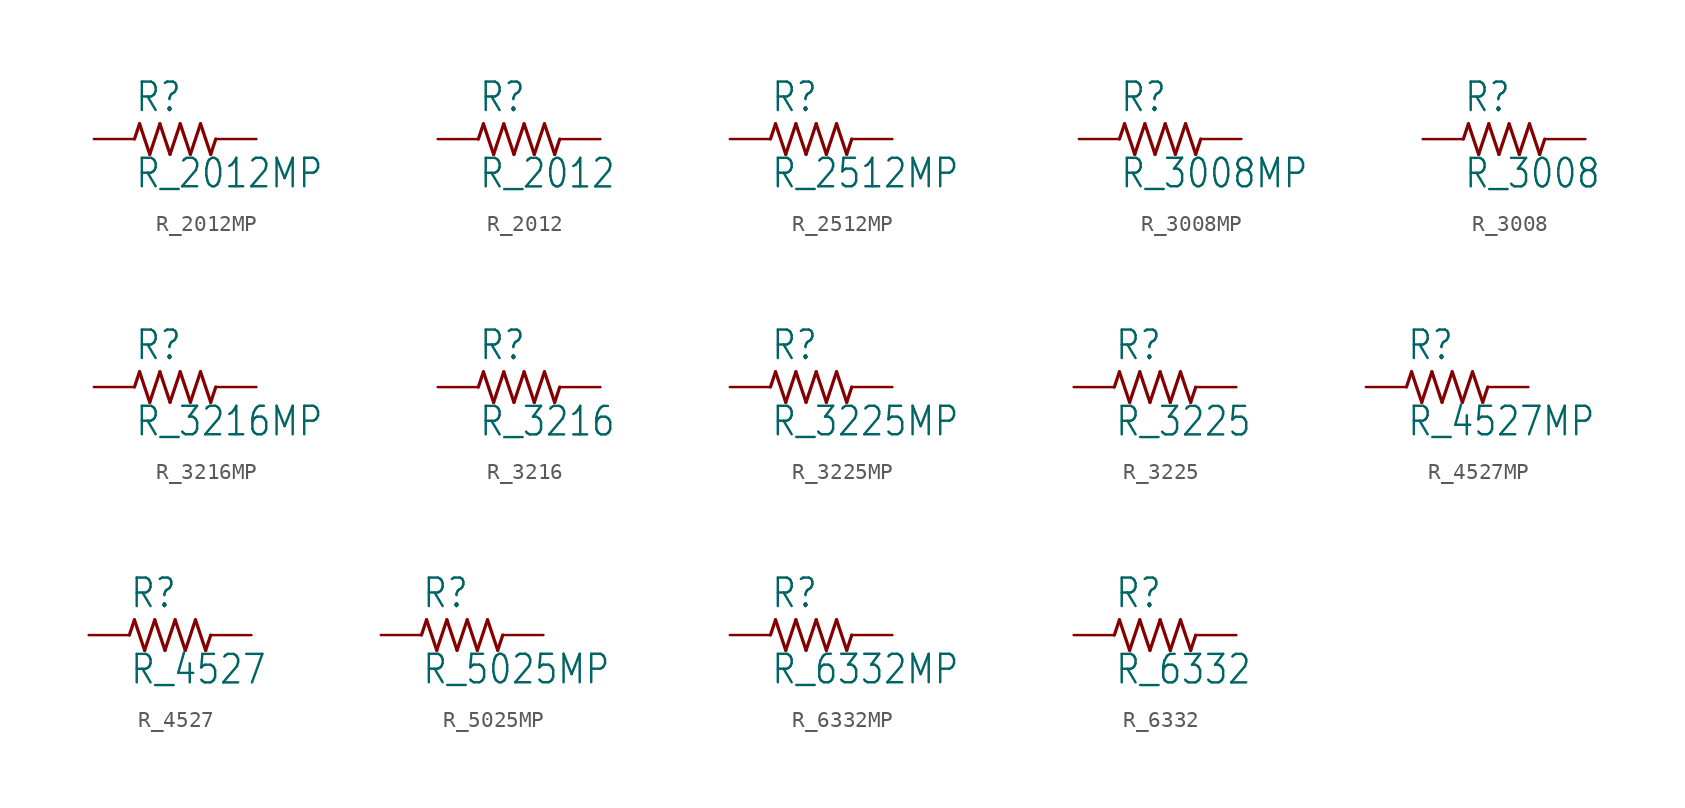
<source format=kicad_sym>
(kicad_symbol_lib
  (version 20211014)
  (generator kicad_symbol_editor)
  (symbol "R_2012MP"
    (property "Reference" "R"
      (at -2.54 1.587 0)
      (effects (font (size 1.778 1.511)) (justify left bottom)))
    (property "Value" "R_2012MP"
      (at -2.54 -3.175 0)
      (effects (font (size 1.778 1.511)) (justify left bottom)))
    (property "ki_locked" ""
      (at 0 0 0)
      (effects (font (size 1.27 1.27))))
    (symbol "R_2012MP_1_0"
      (polyline (pts (xy -2.54 0) (xy -2.223 0.953)) (stroke (width 0.203) (type default) (color 0 0 0 0)) (fill (type none)))
      (polyline (pts (xy -2.223 0.953) (xy -1.587 -0.953)) (stroke (width 0.203) (type default) (color 0 0 0 0)) (fill (type none)))
      (polyline (pts (xy -1.587 -0.953) (xy -0.953 0.953)) (stroke (width 0.203) (type default) (color 0 0 0 0)) (fill (type none)))
      (polyline (pts (xy -0.953 0.953) (xy -0.318 -0.953)) (stroke (width 0.203) (type default) (color 0 0 0 0)) (fill (type none)))
      (polyline (pts (xy -0.318 -0.953) (xy 0.318 0.953)) (stroke (width 0.203) (type default) (color 0 0 0 0)) (fill (type none)))
      (polyline (pts (xy 0.318 0.953) (xy 0.953 -0.953)) (stroke (width 0.203) (type default) (color 0 0 0 0)) (fill (type none)))
      (polyline (pts (xy 0.953 -0.953) (xy 1.587 0.953)) (stroke (width 0.203) (type default) (color 0 0 0 0)) (fill (type none)))
      (polyline (pts (xy 1.587 0.953) (xy 2.223 -0.953)) (stroke (width 0.203) (type default) (color 0 0 0 0)) (fill (type none)))
      (polyline (pts (xy 2.223 -0.953) (xy 2.54 0)) (stroke (width 0.203) (type default) (color 0 0 0 0)) (fill (type none)))
      (pin passive line (at -5.08 0 0) (length 2.54) (name "1" (effects (font (size 0 0)))) (number "1" (effects (font (size 0 0)))))
      (pin passive line (at 5.08 0 180) (length 2.54) (name "2" (effects (font (size 0 0)))) (number "2" (effects (font (size 0 0)))))))
  (symbol "R_2012"
    (property "Reference" "R"
      (at -2.54 1.587 0)
      (effects (font (size 1.778 1.511)) (justify left bottom)))
    (property "Value" "R_2012"
      (at -2.54 -3.175 0)
      (effects (font (size 1.778 1.511)) (justify left bottom)))
    (property "ki_locked" ""
      (at 0 0 0)
      (effects (font (size 1.27 1.27))))
    (symbol "R_2012_1_0"
      (polyline (pts (xy -2.54 0) (xy -2.223 0.953)) (stroke (width 0.203) (type default) (color 0 0 0 0)) (fill (type none)))
      (polyline (pts (xy -2.223 0.953) (xy -1.587 -0.953)) (stroke (width 0.203) (type default) (color 0 0 0 0)) (fill (type none)))
      (polyline (pts (xy -1.587 -0.953) (xy -0.953 0.953)) (stroke (width 0.203) (type default) (color 0 0 0 0)) (fill (type none)))
      (polyline (pts (xy -0.953 0.953) (xy -0.318 -0.953)) (stroke (width 0.203) (type default) (color 0 0 0 0)) (fill (type none)))
      (polyline (pts (xy -0.318 -0.953) (xy 0.318 0.953)) (stroke (width 0.203) (type default) (color 0 0 0 0)) (fill (type none)))
      (polyline (pts (xy 0.318 0.953) (xy 0.953 -0.953)) (stroke (width 0.203) (type default) (color 0 0 0 0)) (fill (type none)))
      (polyline (pts (xy 0.953 -0.953) (xy 1.587 0.953)) (stroke (width 0.203) (type default) (color 0 0 0 0)) (fill (type none)))
      (polyline (pts (xy 1.587 0.953) (xy 2.223 -0.953)) (stroke (width 0.203) (type default) (color 0 0 0 0)) (fill (type none)))
      (polyline (pts (xy 2.223 -0.953) (xy 2.54 0)) (stroke (width 0.203) (type default) (color 0 0 0 0)) (fill (type none)))
      (pin passive line (at -5.08 0 0) (length 2.54) (name "1" (effects (font (size 0 0)))) (number "1" (effects (font (size 0 0)))))
      (pin passive line (at 5.08 0 180) (length 2.54) (name "2" (effects (font (size 0 0)))) (number "2" (effects (font (size 0 0)))))))
  (symbol "R_2512MP"
    (property "Reference" "R"
      (at -2.54 1.587 0)
      (effects (font (size 1.778 1.511)) (justify left bottom)))
    (property "Value" "R_2512MP"
      (at -2.54 -3.175 0)
      (effects (font (size 1.778 1.511)) (justify left bottom)))
    (property "ki_locked" ""
      (at 0 0 0)
      (effects (font (size 1.27 1.27))))
    (symbol "R_2512MP_1_0"
      (polyline (pts (xy -2.54 0) (xy -2.223 0.953)) (stroke (width 0.203) (type default) (color 0 0 0 0)) (fill (type none)))
      (polyline (pts (xy -2.223 0.953) (xy -1.587 -0.953)) (stroke (width 0.203) (type default) (color 0 0 0 0)) (fill (type none)))
      (polyline (pts (xy -1.587 -0.953) (xy -0.953 0.953)) (stroke (width 0.203) (type default) (color 0 0 0 0)) (fill (type none)))
      (polyline (pts (xy -0.953 0.953) (xy -0.318 -0.953)) (stroke (width 0.203) (type default) (color 0 0 0 0)) (fill (type none)))
      (polyline (pts (xy -0.318 -0.953) (xy 0.318 0.953)) (stroke (width 0.203) (type default) (color 0 0 0 0)) (fill (type none)))
      (polyline (pts (xy 0.318 0.953) (xy 0.953 -0.953)) (stroke (width 0.203) (type default) (color 0 0 0 0)) (fill (type none)))
      (polyline (pts (xy 0.953 -0.953) (xy 1.587 0.953)) (stroke (width 0.203) (type default) (color 0 0 0 0)) (fill (type none)))
      (polyline (pts (xy 1.587 0.953) (xy 2.223 -0.953)) (stroke (width 0.203) (type default) (color 0 0 0 0)) (fill (type none)))
      (polyline (pts (xy 2.223 -0.953) (xy 2.54 0)) (stroke (width 0.203) (type default) (color 0 0 0 0)) (fill (type none)))
      (pin passive line (at -5.08 0 0) (length 2.54) (name "1" (effects (font (size 0 0)))) (number "1" (effects (font (size 0 0)))))
      (pin passive line (at 5.08 0 180) (length 2.54) (name "2" (effects (font (size 0 0)))) (number "2" (effects (font (size 0 0)))))))
  (symbol "R_3008MP"
    (property "Reference" "R"
      (at -2.54 1.587 0)
      (effects (font (size 1.778 1.511)) (justify left bottom)))
    (property "Value" "R_3008MP"
      (at -2.54 -3.175 0)
      (effects (font (size 1.778 1.511)) (justify left bottom)))
    (property "ki_locked" ""
      (at 0 0 0)
      (effects (font (size 1.27 1.27))))
    (symbol "R_3008MP_1_0"
      (polyline (pts (xy -2.54 0) (xy -2.223 0.953)) (stroke (width 0.203) (type default) (color 0 0 0 0)) (fill (type none)))
      (polyline (pts (xy -2.223 0.953) (xy -1.587 -0.953)) (stroke (width 0.203) (type default) (color 0 0 0 0)) (fill (type none)))
      (polyline (pts (xy -1.587 -0.953) (xy -0.953 0.953)) (stroke (width 0.203) (type default) (color 0 0 0 0)) (fill (type none)))
      (polyline (pts (xy -0.953 0.953) (xy -0.318 -0.953)) (stroke (width 0.203) (type default) (color 0 0 0 0)) (fill (type none)))
      (polyline (pts (xy -0.318 -0.953) (xy 0.318 0.953)) (stroke (width 0.203) (type default) (color 0 0 0 0)) (fill (type none)))
      (polyline (pts (xy 0.318 0.953) (xy 0.953 -0.953)) (stroke (width 0.203) (type default) (color 0 0 0 0)) (fill (type none)))
      (polyline (pts (xy 0.953 -0.953) (xy 1.587 0.953)) (stroke (width 0.203) (type default) (color 0 0 0 0)) (fill (type none)))
      (polyline (pts (xy 1.587 0.953) (xy 2.223 -0.953)) (stroke (width 0.203) (type default) (color 0 0 0 0)) (fill (type none)))
      (polyline (pts (xy 2.223 -0.953) (xy 2.54 0)) (stroke (width 0.203) (type default) (color 0 0 0 0)) (fill (type none)))
      (pin passive line (at -5.08 0 0) (length 2.54) (name "1" (effects (font (size 0 0)))) (number "1" (effects (font (size 0 0)))))
      (pin passive line (at 5.08 0 180) (length 2.54) (name "2" (effects (font (size 0 0)))) (number "2" (effects (font (size 0 0)))))))
  (symbol "R_3008"
    (property "Reference" "R"
      (at -2.54 1.587 0)
      (effects (font (size 1.778 1.511)) (justify left bottom)))
    (property "Value" "R_3008"
      (at -2.54 -3.175 0)
      (effects (font (size 1.778 1.511)) (justify left bottom)))
    (property "ki_locked" ""
      (at 0 0 0)
      (effects (font (size 1.27 1.27))))
    (symbol "R_3008_1_0"
      (polyline (pts (xy -2.54 0) (xy -2.223 0.953)) (stroke (width 0.203) (type default) (color 0 0 0 0)) (fill (type none)))
      (polyline (pts (xy -2.223 0.953) (xy -1.587 -0.953)) (stroke (width 0.203) (type default) (color 0 0 0 0)) (fill (type none)))
      (polyline (pts (xy -1.587 -0.953) (xy -0.953 0.953)) (stroke (width 0.203) (type default) (color 0 0 0 0)) (fill (type none)))
      (polyline (pts (xy -0.953 0.953) (xy -0.318 -0.953)) (stroke (width 0.203) (type default) (color 0 0 0 0)) (fill (type none)))
      (polyline (pts (xy -0.318 -0.953) (xy 0.318 0.953)) (stroke (width 0.203) (type default) (color 0 0 0 0)) (fill (type none)))
      (polyline (pts (xy 0.318 0.953) (xy 0.953 -0.953)) (stroke (width 0.203) (type default) (color 0 0 0 0)) (fill (type none)))
      (polyline (pts (xy 0.953 -0.953) (xy 1.587 0.953)) (stroke (width 0.203) (type default) (color 0 0 0 0)) (fill (type none)))
      (polyline (pts (xy 1.587 0.953) (xy 2.223 -0.953)) (stroke (width 0.203) (type default) (color 0 0 0 0)) (fill (type none)))
      (polyline (pts (xy 2.223 -0.953) (xy 2.54 0)) (stroke (width 0.203) (type default) (color 0 0 0 0)) (fill (type none)))
      (pin passive line (at -5.08 0 0) (length 2.54) (name "1" (effects (font (size 0 0)))) (number "1" (effects (font (size 0 0)))))
      (pin passive line (at 5.08 0 180) (length 2.54) (name "2" (effects (font (size 0 0)))) (number "2" (effects (font (size 0 0)))))))
  (symbol "R_3216MP"
    (property "Reference" "R"
      (at -2.54 1.587 0)
      (effects (font (size 1.778 1.511)) (justify left bottom)))
    (property "Value" "R_3216MP"
      (at -2.54 -3.175 0)
      (effects (font (size 1.778 1.511)) (justify left bottom)))
    (property "ki_locked" ""
      (at 0 0 0)
      (effects (font (size 1.27 1.27))))
    (symbol "R_3216MP_1_0"
      (polyline (pts (xy -2.54 0) (xy -2.223 0.953)) (stroke (width 0.203) (type default) (color 0 0 0 0)) (fill (type none)))
      (polyline (pts (xy -2.223 0.953) (xy -1.587 -0.953)) (stroke (width 0.203) (type default) (color 0 0 0 0)) (fill (type none)))
      (polyline (pts (xy -1.587 -0.953) (xy -0.953 0.953)) (stroke (width 0.203) (type default) (color 0 0 0 0)) (fill (type none)))
      (polyline (pts (xy -0.953 0.953) (xy -0.318 -0.953)) (stroke (width 0.203) (type default) (color 0 0 0 0)) (fill (type none)))
      (polyline (pts (xy -0.318 -0.953) (xy 0.318 0.953)) (stroke (width 0.203) (type default) (color 0 0 0 0)) (fill (type none)))
      (polyline (pts (xy 0.318 0.953) (xy 0.953 -0.953)) (stroke (width 0.203) (type default) (color 0 0 0 0)) (fill (type none)))
      (polyline (pts (xy 0.953 -0.953) (xy 1.587 0.953)) (stroke (width 0.203) (type default) (color 0 0 0 0)) (fill (type none)))
      (polyline (pts (xy 1.587 0.953) (xy 2.223 -0.953)) (stroke (width 0.203) (type default) (color 0 0 0 0)) (fill (type none)))
      (polyline (pts (xy 2.223 -0.953) (xy 2.54 0)) (stroke (width 0.203) (type default) (color 0 0 0 0)) (fill (type none)))
      (pin passive line (at -5.08 0 0) (length 2.54) (name "1" (effects (font (size 0 0)))) (number "1" (effects (font (size 0 0)))))
      (pin passive line (at 5.08 0 180) (length 2.54) (name "2" (effects (font (size 0 0)))) (number "2" (effects (font (size 0 0)))))))
  (symbol "R_3216"
    (property "Reference" "R"
      (at -2.54 1.587 0)
      (effects (font (size 1.778 1.511)) (justify left bottom)))
    (property "Value" "R_3216"
      (at -2.54 -3.175 0)
      (effects (font (size 1.778 1.511)) (justify left bottom)))
    (property "ki_locked" ""
      (at 0 0 0)
      (effects (font (size 1.27 1.27))))
    (symbol "R_3216_1_0"
      (polyline (pts (xy -2.54 0) (xy -2.223 0.953)) (stroke (width 0.203) (type default) (color 0 0 0 0)) (fill (type none)))
      (polyline (pts (xy -2.223 0.953) (xy -1.587 -0.953)) (stroke (width 0.203) (type default) (color 0 0 0 0)) (fill (type none)))
      (polyline (pts (xy -1.587 -0.953) (xy -0.953 0.953)) (stroke (width 0.203) (type default) (color 0 0 0 0)) (fill (type none)))
      (polyline (pts (xy -0.953 0.953) (xy -0.318 -0.953)) (stroke (width 0.203) (type default) (color 0 0 0 0)) (fill (type none)))
      (polyline (pts (xy -0.318 -0.953) (xy 0.318 0.953)) (stroke (width 0.203) (type default) (color 0 0 0 0)) (fill (type none)))
      (polyline (pts (xy 0.318 0.953) (xy 0.953 -0.953)) (stroke (width 0.203) (type default) (color 0 0 0 0)) (fill (type none)))
      (polyline (pts (xy 0.953 -0.953) (xy 1.587 0.953)) (stroke (width 0.203) (type default) (color 0 0 0 0)) (fill (type none)))
      (polyline (pts (xy 1.587 0.953) (xy 2.223 -0.953)) (stroke (width 0.203) (type default) (color 0 0 0 0)) (fill (type none)))
      (polyline (pts (xy 2.223 -0.953) (xy 2.54 0)) (stroke (width 0.203) (type default) (color 0 0 0 0)) (fill (type none)))
      (pin passive line (at -5.08 0 0) (length 2.54) (name "1" (effects (font (size 0 0)))) (number "1" (effects (font (size 0 0)))))
      (pin passive line (at 5.08 0 180) (length 2.54) (name "2" (effects (font (size 0 0)))) (number "2" (effects (font (size 0 0)))))))
  (symbol "R_3225MP"
    (property "Reference" "R"
      (at -2.54 1.587 0)
      (effects (font (size 1.778 1.511)) (justify left bottom)))
    (property "Value" "R_3225MP"
      (at -2.54 -3.175 0)
      (effects (font (size 1.778 1.511)) (justify left bottom)))
    (property "ki_locked" ""
      (at 0 0 0)
      (effects (font (size 1.27 1.27))))
    (symbol "R_3225MP_1_0"
      (polyline (pts (xy -2.54 0) (xy -2.223 0.953)) (stroke (width 0.203) (type default) (color 0 0 0 0)) (fill (type none)))
      (polyline (pts (xy -2.223 0.953) (xy -1.587 -0.953)) (stroke (width 0.203) (type default) (color 0 0 0 0)) (fill (type none)))
      (polyline (pts (xy -1.587 -0.953) (xy -0.953 0.953)) (stroke (width 0.203) (type default) (color 0 0 0 0)) (fill (type none)))
      (polyline (pts (xy -0.953 0.953) (xy -0.318 -0.953)) (stroke (width 0.203) (type default) (color 0 0 0 0)) (fill (type none)))
      (polyline (pts (xy -0.318 -0.953) (xy 0.318 0.953)) (stroke (width 0.203) (type default) (color 0 0 0 0)) (fill (type none)))
      (polyline (pts (xy 0.318 0.953) (xy 0.953 -0.953)) (stroke (width 0.203) (type default) (color 0 0 0 0)) (fill (type none)))
      (polyline (pts (xy 0.953 -0.953) (xy 1.587 0.953)) (stroke (width 0.203) (type default) (color 0 0 0 0)) (fill (type none)))
      (polyline (pts (xy 1.587 0.953) (xy 2.223 -0.953)) (stroke (width 0.203) (type default) (color 0 0 0 0)) (fill (type none)))
      (polyline (pts (xy 2.223 -0.953) (xy 2.54 0)) (stroke (width 0.203) (type default) (color 0 0 0 0)) (fill (type none)))
      (pin passive line (at -5.08 0 0) (length 2.54) (name "1" (effects (font (size 0 0)))) (number "1" (effects (font (size 0 0)))))
      (pin passive line (at 5.08 0 180) (length 2.54) (name "2" (effects (font (size 0 0)))) (number "2" (effects (font (size 0 0)))))))
  (symbol "R_3225"
    (property "Reference" "R"
      (at -2.54 1.587 0)
      (effects (font (size 1.778 1.511)) (justify left bottom)))
    (property "Value" "R_3225"
      (at -2.54 -3.175 0)
      (effects (font (size 1.778 1.511)) (justify left bottom)))
    (property "ki_locked" ""
      (at 0 0 0)
      (effects (font (size 1.27 1.27))))
    (symbol "R_3225_1_0"
      (polyline (pts (xy -2.54 0) (xy -2.223 0.953)) (stroke (width 0.203) (type default) (color 0 0 0 0)) (fill (type none)))
      (polyline (pts (xy -2.223 0.953) (xy -1.587 -0.953)) (stroke (width 0.203) (type default) (color 0 0 0 0)) (fill (type none)))
      (polyline (pts (xy -1.587 -0.953) (xy -0.953 0.953)) (stroke (width 0.203) (type default) (color 0 0 0 0)) (fill (type none)))
      (polyline (pts (xy -0.953 0.953) (xy -0.318 -0.953)) (stroke (width 0.203) (type default) (color 0 0 0 0)) (fill (type none)))
      (polyline (pts (xy -0.318 -0.953) (xy 0.318 0.953)) (stroke (width 0.203) (type default) (color 0 0 0 0)) (fill (type none)))
      (polyline (pts (xy 0.318 0.953) (xy 0.953 -0.953)) (stroke (width 0.203) (type default) (color 0 0 0 0)) (fill (type none)))
      (polyline (pts (xy 0.953 -0.953) (xy 1.587 0.953)) (stroke (width 0.203) (type default) (color 0 0 0 0)) (fill (type none)))
      (polyline (pts (xy 1.587 0.953) (xy 2.223 -0.953)) (stroke (width 0.203) (type default) (color 0 0 0 0)) (fill (type none)))
      (polyline (pts (xy 2.223 -0.953) (xy 2.54 0)) (stroke (width 0.203) (type default) (color 0 0 0 0)) (fill (type none)))
      (pin passive line (at -5.08 0 0) (length 2.54) (name "1" (effects (font (size 0 0)))) (number "1" (effects (font (size 0 0)))))
      (pin passive line (at 5.08 0 180) (length 2.54) (name "2" (effects (font (size 0 0)))) (number "2" (effects (font (size 0 0)))))))
  (symbol "R_4527MP"
    (property "Reference" "R"
      (at -2.54 1.587 0)
      (effects (font (size 1.778 1.511)) (justify left bottom)))
    (property "Value" "R_4527MP"
      (at -2.54 -3.175 0)
      (effects (font (size 1.778 1.511)) (justify left bottom)))
    (property "ki_locked" ""
      (at 0 0 0)
      (effects (font (size 1.27 1.27))))
    (symbol "R_4527MP_1_0"
      (polyline (pts (xy -2.54 0) (xy -2.223 0.953)) (stroke (width 0.203) (type default) (color 0 0 0 0)) (fill (type none)))
      (polyline (pts (xy -2.223 0.953) (xy -1.587 -0.953)) (stroke (width 0.203) (type default) (color 0 0 0 0)) (fill (type none)))
      (polyline (pts (xy -1.587 -0.953) (xy -0.953 0.953)) (stroke (width 0.203) (type default) (color 0 0 0 0)) (fill (type none)))
      (polyline (pts (xy -0.953 0.953) (xy -0.318 -0.953)) (stroke (width 0.203) (type default) (color 0 0 0 0)) (fill (type none)))
      (polyline (pts (xy -0.318 -0.953) (xy 0.318 0.953)) (stroke (width 0.203) (type default) (color 0 0 0 0)) (fill (type none)))
      (polyline (pts (xy 0.318 0.953) (xy 0.953 -0.953)) (stroke (width 0.203) (type default) (color 0 0 0 0)) (fill (type none)))
      (polyline (pts (xy 0.953 -0.953) (xy 1.587 0.953)) (stroke (width 0.203) (type default) (color 0 0 0 0)) (fill (type none)))
      (polyline (pts (xy 1.587 0.953) (xy 2.223 -0.953)) (stroke (width 0.203) (type default) (color 0 0 0 0)) (fill (type none)))
      (polyline (pts (xy 2.223 -0.953) (xy 2.54 0)) (stroke (width 0.203) (type default) (color 0 0 0 0)) (fill (type none)))
      (pin passive line (at -5.08 0 0) (length 2.54) (name "1" (effects (font (size 0 0)))) (number "1" (effects (font (size 0 0)))))
      (pin passive line (at 5.08 0 180) (length 2.54) (name "2" (effects (font (size 0 0)))) (number "2" (effects (font (size 0 0)))))))
  (symbol "R_4527"
    (property "Reference" "R"
      (at -2.54 1.587 0)
      (effects (font (size 1.778 1.511)) (justify left bottom)))
    (property "Value" "R_4527"
      (at -2.54 -3.175 0)
      (effects (font (size 1.778 1.511)) (justify left bottom)))
    (property "ki_locked" ""
      (at 0 0 0)
      (effects (font (size 1.27 1.27))))
    (symbol "R_4527_1_0"
      (polyline (pts (xy -2.54 0) (xy -2.223 0.953)) (stroke (width 0.203) (type default) (color 0 0 0 0)) (fill (type none)))
      (polyline (pts (xy -2.223 0.953) (xy -1.587 -0.953)) (stroke (width 0.203) (type default) (color 0 0 0 0)) (fill (type none)))
      (polyline (pts (xy -1.587 -0.953) (xy -0.953 0.953)) (stroke (width 0.203) (type default) (color 0 0 0 0)) (fill (type none)))
      (polyline (pts (xy -0.953 0.953) (xy -0.318 -0.953)) (stroke (width 0.203) (type default) (color 0 0 0 0)) (fill (type none)))
      (polyline (pts (xy -0.318 -0.953) (xy 0.318 0.953)) (stroke (width 0.203) (type default) (color 0 0 0 0)) (fill (type none)))
      (polyline (pts (xy 0.318 0.953) (xy 0.953 -0.953)) (stroke (width 0.203) (type default) (color 0 0 0 0)) (fill (type none)))
      (polyline (pts (xy 0.953 -0.953) (xy 1.587 0.953)) (stroke (width 0.203) (type default) (color 0 0 0 0)) (fill (type none)))
      (polyline (pts (xy 1.587 0.953) (xy 2.223 -0.953)) (stroke (width 0.203) (type default) (color 0 0 0 0)) (fill (type none)))
      (polyline (pts (xy 2.223 -0.953) (xy 2.54 0)) (stroke (width 0.203) (type default) (color 0 0 0 0)) (fill (type none)))
      (pin passive line (at -5.08 0 0) (length 2.54) (name "1" (effects (font (size 0 0)))) (number "1" (effects (font (size 0 0)))))
      (pin passive line (at 5.08 0 180) (length 2.54) (name "2" (effects (font (size 0 0)))) (number "2" (effects (font (size 0 0)))))))
  (symbol "R_5025MP"
    (property "Reference" "R"
      (at -2.54 1.587 0)
      (effects (font (size 1.778 1.511)) (justify left bottom)))
    (property "Value" "R_5025MP"
      (at -2.54 -3.175 0)
      (effects (font (size 1.778 1.511)) (justify left bottom)))
    (property "ki_locked" ""
      (at 0 0 0)
      (effects (font (size 1.27 1.27))))
    (symbol "R_5025MP_1_0"
      (polyline (pts (xy -2.54 0) (xy -2.223 0.953)) (stroke (width 0.203) (type default) (color 0 0 0 0)) (fill (type none)))
      (polyline (pts (xy -2.223 0.953) (xy -1.587 -0.953)) (stroke (width 0.203) (type default) (color 0 0 0 0)) (fill (type none)))
      (polyline (pts (xy -1.587 -0.953) (xy -0.953 0.953)) (stroke (width 0.203) (type default) (color 0 0 0 0)) (fill (type none)))
      (polyline (pts (xy -0.953 0.953) (xy -0.318 -0.953)) (stroke (width 0.203) (type default) (color 0 0 0 0)) (fill (type none)))
      (polyline (pts (xy -0.318 -0.953) (xy 0.318 0.953)) (stroke (width 0.203) (type default) (color 0 0 0 0)) (fill (type none)))
      (polyline (pts (xy 0.318 0.953) (xy 0.953 -0.953)) (stroke (width 0.203) (type default) (color 0 0 0 0)) (fill (type none)))
      (polyline (pts (xy 0.953 -0.953) (xy 1.587 0.953)) (stroke (width 0.203) (type default) (color 0 0 0 0)) (fill (type none)))
      (polyline (pts (xy 1.587 0.953) (xy 2.223 -0.953)) (stroke (width 0.203) (type default) (color 0 0 0 0)) (fill (type none)))
      (polyline (pts (xy 2.223 -0.953) (xy 2.54 0)) (stroke (width 0.203) (type default) (color 0 0 0 0)) (fill (type none)))
      (pin passive line (at -5.08 0 0) (length 2.54) (name "1" (effects (font (size 0 0)))) (number "1" (effects (font (size 0 0)))))
      (pin passive line (at 5.08 0 180) (length 2.54) (name "2" (effects (font (size 0 0)))) (number "2" (effects (font (size 0 0)))))))
  (symbol "R_6332MP"
    (property "Reference" "R"
      (at -2.54 1.587 0)
      (effects (font (size 1.778 1.511)) (justify left bottom)))
    (property "Value" "R_6332MP"
      (at -2.54 -3.175 0)
      (effects (font (size 1.778 1.511)) (justify left bottom)))
    (property "ki_locked" ""
      (at 0 0 0)
      (effects (font (size 1.27 1.27))))
    (symbol "R_6332MP_1_0"
      (polyline (pts (xy -2.54 0) (xy -2.223 0.953)) (stroke (width 0.203) (type default) (color 0 0 0 0)) (fill (type none)))
      (polyline (pts (xy -2.223 0.953) (xy -1.587 -0.953)) (stroke (width 0.203) (type default) (color 0 0 0 0)) (fill (type none)))
      (polyline (pts (xy -1.587 -0.953) (xy -0.953 0.953)) (stroke (width 0.203) (type default) (color 0 0 0 0)) (fill (type none)))
      (polyline (pts (xy -0.953 0.953) (xy -0.318 -0.953)) (stroke (width 0.203) (type default) (color 0 0 0 0)) (fill (type none)))
      (polyline (pts (xy -0.318 -0.953) (xy 0.318 0.953)) (stroke (width 0.203) (type default) (color 0 0 0 0)) (fill (type none)))
      (polyline (pts (xy 0.318 0.953) (xy 0.953 -0.953)) (stroke (width 0.203) (type default) (color 0 0 0 0)) (fill (type none)))
      (polyline (pts (xy 0.953 -0.953) (xy 1.587 0.953)) (stroke (width 0.203) (type default) (color 0 0 0 0)) (fill (type none)))
      (polyline (pts (xy 1.587 0.953) (xy 2.223 -0.953)) (stroke (width 0.203) (type default) (color 0 0 0 0)) (fill (type none)))
      (polyline (pts (xy 2.223 -0.953) (xy 2.54 0)) (stroke (width 0.203) (type default) (color 0 0 0 0)) (fill (type none)))
      (pin passive line (at -5.08 0 0) (length 2.54) (name "1" (effects (font (size 0 0)))) (number "1" (effects (font (size 0 0)))))
      (pin passive line (at 5.08 0 180) (length 2.54) (name "2" (effects (font (size 0 0)))) (number "2" (effects (font (size 0 0)))))))
  (symbol "R_6332"
    (property "Reference" "R"
      (at -2.54 1.587 0)
      (effects (font (size 1.778 1.511)) (justify left bottom)))
    (property "Value" "R_6332"
      (at -2.54 -3.175 0)
      (effects (font (size 1.778 1.511)) (justify left bottom)))
    (property "ki_locked" ""
      (at 0 0 0)
      (effects (font (size 1.27 1.27))))
    (symbol "R_6332_1_0"
      (polyline (pts (xy -2.54 0) (xy -2.223 0.953)) (stroke (width 0.203) (type default) (color 0 0 0 0)) (fill (type none)))
      (polyline (pts (xy -2.223 0.953) (xy -1.587 -0.953)) (stroke (width 0.203) (type default) (color 0 0 0 0)) (fill (type none)))
      (polyline (pts (xy -1.587 -0.953) (xy -0.953 0.953)) (stroke (width 0.203) (type default) (color 0 0 0 0)) (fill (type none)))
      (polyline (pts (xy -0.953 0.953) (xy -0.318 -0.953)) (stroke (width 0.203) (type default) (color 0 0 0 0)) (fill (type none)))
      (polyline (pts (xy -0.318 -0.953) (xy 0.318 0.953)) (stroke (width 0.203) (type default) (color 0 0 0 0)) (fill (type none)))
      (polyline (pts (xy 0.318 0.953) (xy 0.953 -0.953)) (stroke (width 0.203) (type default) (color 0 0 0 0)) (fill (type none)))
      (polyline (pts (xy 0.953 -0.953) (xy 1.587 0.953)) (stroke (width 0.203) (type default) (color 0 0 0 0)) (fill (type none)))
      (polyline (pts (xy 1.587 0.953) (xy 2.223 -0.953)) (stroke (width 0.203) (type default) (color 0 0 0 0)) (fill (type none)))
      (polyline (pts (xy 2.223 -0.953) (xy 2.54 0)) (stroke (width 0.203) (type default) (color 0 0 0 0)) (fill (type none)))
      (pin passive line (at -5.08 0 0) (length 2.54) (name "1" (effects (font (size 0 0)))) (number "1" (effects (font (size 0 0)))))
      (pin passive line (at 5.08 0 180) (length 2.54) (name "2" (effects (font (size 0 0)))) (number "2" (effects (font (size 0 0))))))))
</source>
